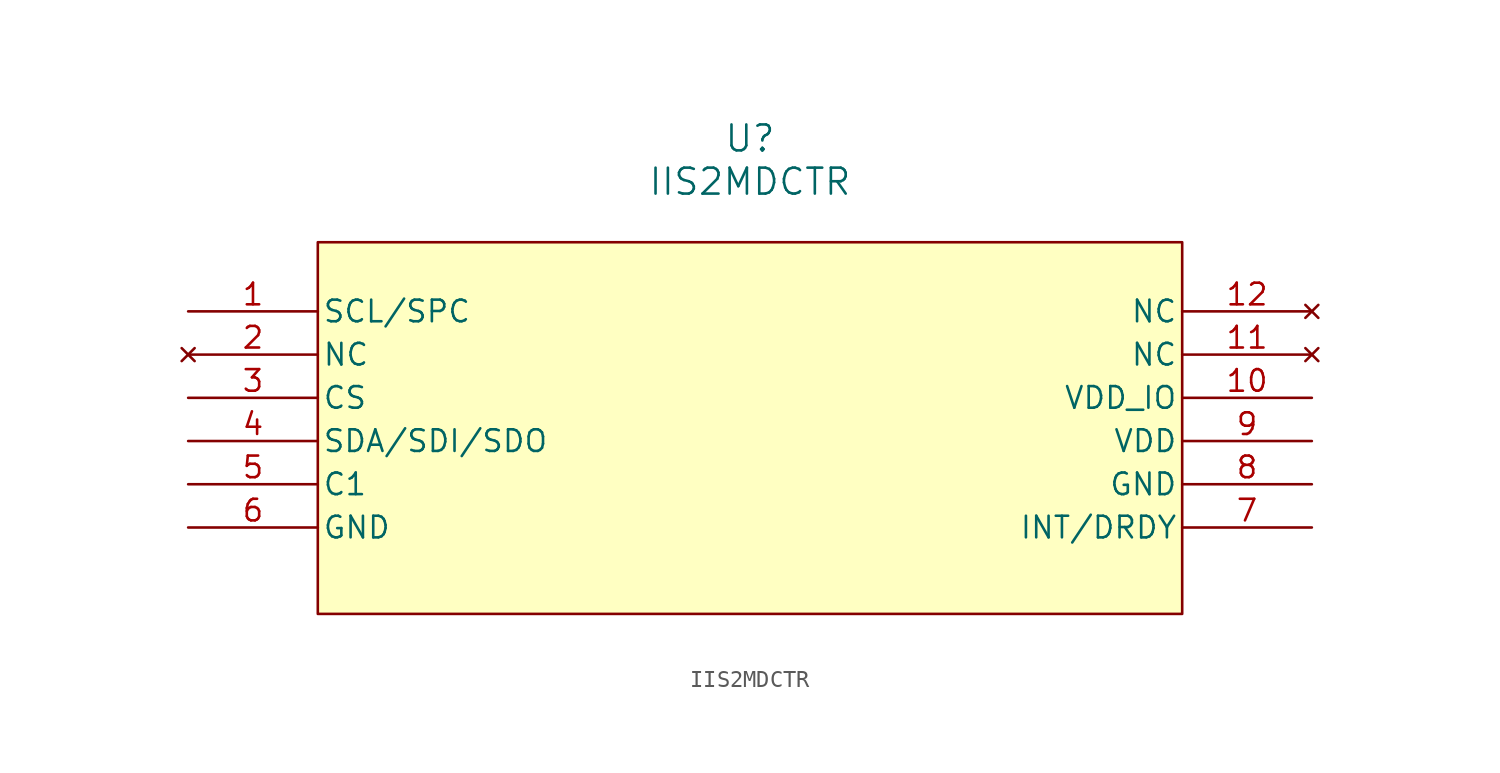
<source format=kicad_sym>
(kicad_symbol_lib
  (version 20231120)
  (generator "kicad_symbol_editor")
  (generator_version "8.0")
  (symbol "IIS2MDCTR"
    (pin_names
      (offset 0.254))
    (property "Reference" "U"
      (at 25.4 27.94 0)
      (effects (font (size 1.524 1.524))))
    (property "Value" "IIS2MDCTR"
      (at 25.4 25.4 0)
      (effects (font (size 1.524 1.524))))
    (property "ki_locked" ""
      (at 0 0 0)
      (effects (font (size 1.27 1.27))))
    (symbol "IIS2MDCTR_0_1"
      (pin bidirectional line (at -7.62 17.78 0) (length 7.62) (name "SCL/SPC" (effects (font (size 1.27 1.27)))) (number "1" (effects (font (size 1.27 1.27)))))
      (pin power_in line (at 58.42 12.7 180) (length 7.62) (name "VDD_IO" (effects (font (size 1.27 1.27)))) (number "10" (effects (font (size 1.27 1.27)))))
      (pin no_connect line (at 58.42 15.24 180) (length 7.62) (name "NC" (effects (font (size 1.27 1.27)))) (number "11" (effects (font (size 1.27 1.27)))))
      (pin no_connect line (at 58.42 17.78 180) (length 7.62) (name "NC" (effects (font (size 1.27 1.27)))) (number "12" (effects (font (size 1.27 1.27)))))
      (pin no_connect line (at -7.62 15.24 0) (length 7.62) (name "NC" (effects (font (size 1.27 1.27)))) (number "2" (effects (font (size 1.27 1.27)))))
      (pin input line (at -7.62 12.7 0) (length 7.62) (name "CS" (effects (font (size 1.27 1.27)))) (number "3" (effects (font (size 1.27 1.27)))))
      (pin bidirectional line (at -7.62 10.16 0) (length 7.62) (name "SDA/SDI/SDO" (effects (font (size 1.27 1.27)))) (number "4" (effects (font (size 1.27 1.27)))))
      (pin unspecified line (at -7.62 7.62 0) (length 7.62) (name "C1" (effects (font (size 1.27 1.27)))) (number "5" (effects (font (size 1.27 1.27)))))
      (pin power_out line (at -7.62 5.08 0) (length 7.62) (name "GND" (effects (font (size 1.27 1.27)))) (number "6" (effects (font (size 1.27 1.27)))))
      (pin output line (at 58.42 5.08 180) (length 7.62) (name "INT/DRDY" (effects (font (size 1.27 1.27)))) (number "7" (effects (font (size 1.27 1.27)))))
      (pin power_out line (at 58.42 7.62 180) (length 7.62) (name "GND" (effects (font (size 1.27 1.27)))) (number "8" (effects (font (size 1.27 1.27)))))
      (pin power_in line (at 58.42 10.16 180) (length 7.62) (name "VDD" (effects (font (size 1.27 1.27)))) (number "9" (effects (font (size 1.27 1.27))))))
    (symbol "IIS2MDCTR_1_1"
      (rectangle (start 0 21.844) (end 50.8 0) (stroke (width 0) (type default)) (fill (type background))))))
</source>
